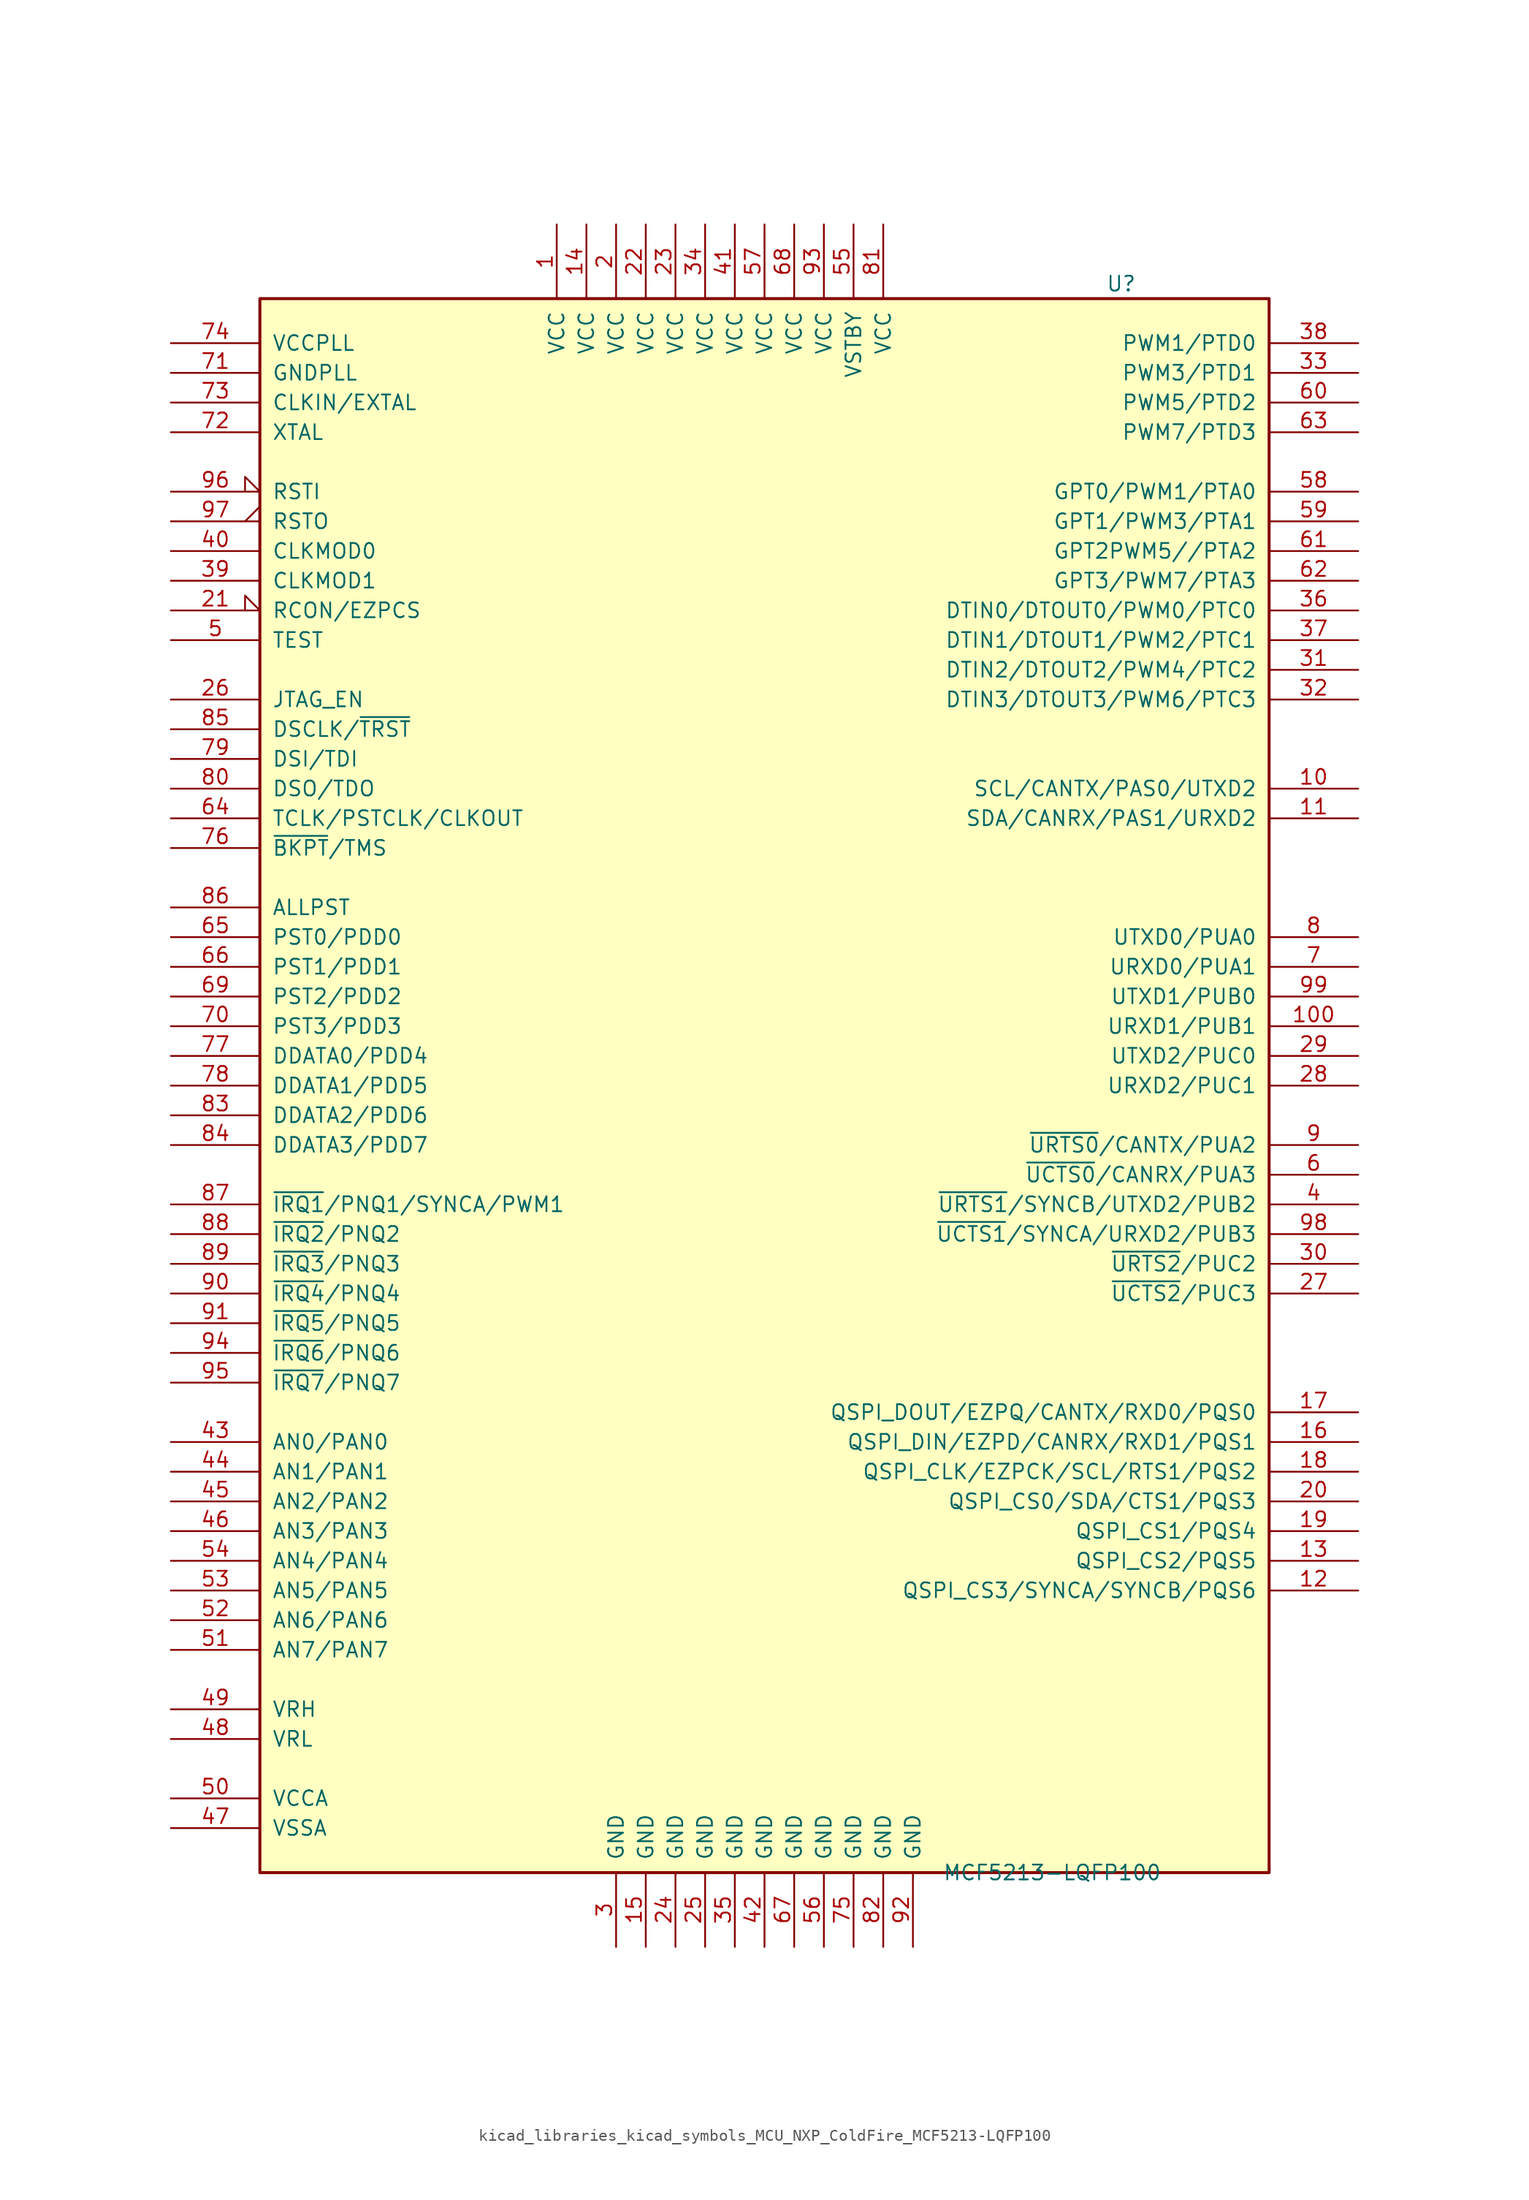
<source format=kicad_sym>
(kicad_symbol_lib
  (version 20220914)
  (generator kicad_symbol_editor)
  (symbol "kicad_libraries_kicad_symbols_MCU_NXP_ColdFire_MCF5213-LQFP100"
    (pin_names
      (offset 1.016))
    (property "Reference" "U"
      (at 29.21 68.58 0)
      (effects (font (size 1.27 1.27)) (justify left)))
    (property "Value" "MCF5213-LQFP100"
      (at 15.24 -67.31 0)
      (effects (font (size 1.27 1.27)) (justify left)))
    (symbol "kicad_libraries_kicad_symbols_MCU_NXP_ColdFire_MCF5213-LQFP100_0_1"
      (rectangle (start -43.18 67.31) (end 43.18 -67.31) (stroke (width 0.254) (type default)) (fill (type background))))
    (symbol "kicad_libraries_kicad_symbols_MCU_NXP_ColdFire_MCF5213-LQFP100_1_1"
      (pin power_in line (at -17.78 73.66 270) (length 6.35) (name "VCC" (effects (font (size 1.27 1.27)))) (number "1" (effects (font (size 1.27 1.27)))))
      (pin bidirectional line (at 50.8 25.4 180) (length 7.62) (name "SCL/CANTX/PAS0/UTXD2" (effects (font (size 1.27 1.27)))) (number "10" (effects (font (size 1.27 1.27)))))
      (pin bidirectional line (at 50.8 5.08 180) (length 7.62) (name "URXD1/PUB1" (effects (font (size 1.27 1.27)))) (number "100" (effects (font (size 1.27 1.27)))))
      (pin bidirectional line (at 50.8 22.86 180) (length 7.62) (name "SDA/CANRX/PAS1/URXD2" (effects (font (size 1.27 1.27)))) (number "11" (effects (font (size 1.27 1.27)))))
      (pin bidirectional line (at 50.8 -43.18 180) (length 7.62) (name "QSPI_CS3/SYNCA/SYNCB/PQS6" (effects (font (size 1.27 1.27)))) (number "12" (effects (font (size 1.27 1.27)))))
      (pin bidirectional line (at 50.8 -40.64 180) (length 7.62) (name "QSPI_CS2/PQS5" (effects (font (size 1.27 1.27)))) (number "13" (effects (font (size 1.27 1.27)))))
      (pin power_in line (at -15.24 73.66 270) (length 6.35) (name "VCC" (effects (font (size 1.27 1.27)))) (number "14" (effects (font (size 1.27 1.27)))))
      (pin power_in line (at -10.16 -73.66 90) (length 6.35) (name "GND" (effects (font (size 1.27 1.27)))) (number "15" (effects (font (size 1.27 1.27)))))
      (pin bidirectional line (at 50.8 -30.48 180) (length 7.62) (name "QSPI_DIN/EZPD/CANRX/RXD1/PQS1" (effects (font (size 1.27 1.27)))) (number "16" (effects (font (size 1.27 1.27)))))
      (pin bidirectional line (at 50.8 -27.94 180) (length 7.62) (name "QSPI_DOUT/EZPQ/CANTX/RXD0/PQS0" (effects (font (size 1.27 1.27)))) (number "17" (effects (font (size 1.27 1.27)))))
      (pin bidirectional line (at 50.8 -33.02 180) (length 7.62) (name "QSPI_CLK/EZPCK/SCL/RTS1/PQS2" (effects (font (size 1.27 1.27)))) (number "18" (effects (font (size 1.27 1.27)))))
      (pin bidirectional line (at 50.8 -38.1 180) (length 7.62) (name "QSPI_CS1/PQS4" (effects (font (size 1.27 1.27)))) (number "19" (effects (font (size 1.27 1.27)))))
      (pin power_in line (at -12.7 73.66 270) (length 6.35) (name "VCC" (effects (font (size 1.27 1.27)))) (number "2" (effects (font (size 1.27 1.27)))))
      (pin bidirectional line (at 50.8 -35.56 180) (length 7.62) (name "QSPI_CS0/SDA/CTS1/PQS3" (effects (font (size 1.27 1.27)))) (number "20" (effects (font (size 1.27 1.27)))))
      (pin input input_low (at -50.8 40.64 0) (length 7.62) (name "RCON/EZPCS" (effects (font (size 1.27 1.27)))) (number "21" (effects (font (size 1.27 1.27)))))
      (pin power_in line (at -10.16 73.66 270) (length 6.35) (name "VCC" (effects (font (size 1.27 1.27)))) (number "22" (effects (font (size 1.27 1.27)))))
      (pin power_in line (at -7.62 73.66 270) (length 6.35) (name "VCC" (effects (font (size 1.27 1.27)))) (number "23" (effects (font (size 1.27 1.27)))))
      (pin power_in line (at -7.62 -73.66 90) (length 6.35) (name "GND" (effects (font (size 1.27 1.27)))) (number "24" (effects (font (size 1.27 1.27)))))
      (pin power_in line (at -5.08 -73.66 90) (length 6.35) (name "GND" (effects (font (size 1.27 1.27)))) (number "25" (effects (font (size 1.27 1.27)))))
      (pin input line (at -50.8 33.02 0) (length 7.62) (name "JTAG_EN" (effects (font (size 1.27 1.27)))) (number "26" (effects (font (size 1.27 1.27)))))
      (pin bidirectional line (at 50.8 -17.78 180) (length 7.62) (name "~{UCTS2}/PUC3" (effects (font (size 1.27 1.27)))) (number "27" (effects (font (size 1.27 1.27)))))
      (pin bidirectional line (at 50.8 0 180) (length 7.62) (name "URXD2/PUC1" (effects (font (size 1.27 1.27)))) (number "28" (effects (font (size 1.27 1.27)))))
      (pin bidirectional line (at 50.8 2.54 180) (length 7.62) (name "UTXD2/PUC0" (effects (font (size 1.27 1.27)))) (number "29" (effects (font (size 1.27 1.27)))))
      (pin power_in line (at -12.7 -73.66 90) (length 6.35) (name "GND" (effects (font (size 1.27 1.27)))) (number "3" (effects (font (size 1.27 1.27)))))
      (pin bidirectional line (at 50.8 -15.24 180) (length 7.62) (name "~{URTS2}/PUC2" (effects (font (size 1.27 1.27)))) (number "30" (effects (font (size 1.27 1.27)))))
      (pin bidirectional line (at 50.8 35.56 180) (length 7.62) (name "DTIN2/DTOUT2/PWM4/PTC2" (effects (font (size 1.27 1.27)))) (number "31" (effects (font (size 1.27 1.27)))))
      (pin bidirectional line (at 50.8 33.02 180) (length 7.62) (name "DTIN3/DTOUT3/PWM6/PTC3" (effects (font (size 1.27 1.27)))) (number "32" (effects (font (size 1.27 1.27)))))
      (pin bidirectional line (at 50.8 60.96 180) (length 7.62) (name "PWM3/PTD1" (effects (font (size 1.27 1.27)))) (number "33" (effects (font (size 1.27 1.27)))))
      (pin power_in line (at -5.08 73.66 270) (length 6.35) (name "VCC" (effects (font (size 1.27 1.27)))) (number "34" (effects (font (size 1.27 1.27)))))
      (pin power_in line (at -2.54 -73.66 90) (length 6.35) (name "GND" (effects (font (size 1.27 1.27)))) (number "35" (effects (font (size 1.27 1.27)))))
      (pin bidirectional line (at 50.8 40.64 180) (length 7.62) (name "DTIN0/DTOUT0/PWM0/PTC0" (effects (font (size 1.27 1.27)))) (number "36" (effects (font (size 1.27 1.27)))))
      (pin bidirectional line (at 50.8 38.1 180) (length 7.62) (name "DTIN1/DTOUT1/PWM2/PTC1" (effects (font (size 1.27 1.27)))) (number "37" (effects (font (size 1.27 1.27)))))
      (pin bidirectional line (at 50.8 63.5 180) (length 7.62) (name "PWM1/PTD0" (effects (font (size 1.27 1.27)))) (number "38" (effects (font (size 1.27 1.27)))))
      (pin input line (at -50.8 43.18 0) (length 7.62) (name "CLKMOD1" (effects (font (size 1.27 1.27)))) (number "39" (effects (font (size 1.27 1.27)))))
      (pin bidirectional line (at 50.8 -10.16 180) (length 7.62) (name "~{URTS1}/SYNCB/UTXD2/PUB2" (effects (font (size 1.27 1.27)))) (number "4" (effects (font (size 1.27 1.27)))))
      (pin input line (at -50.8 45.72 0) (length 7.62) (name "CLKMOD0" (effects (font (size 1.27 1.27)))) (number "40" (effects (font (size 1.27 1.27)))))
      (pin power_in line (at -2.54 73.66 270) (length 6.35) (name "VCC" (effects (font (size 1.27 1.27)))) (number "41" (effects (font (size 1.27 1.27)))))
      (pin power_in line (at 0 -73.66 90) (length 6.35) (name "GND" (effects (font (size 1.27 1.27)))) (number "42" (effects (font (size 1.27 1.27)))))
      (pin bidirectional line (at -50.8 -30.48 0) (length 7.62) (name "AN0/PAN0" (effects (font (size 1.27 1.27)))) (number "43" (effects (font (size 1.27 1.27)))))
      (pin bidirectional line (at -50.8 -33.02 0) (length 7.62) (name "AN1/PAN1" (effects (font (size 1.27 1.27)))) (number "44" (effects (font (size 1.27 1.27)))))
      (pin bidirectional line (at -50.8 -35.56 0) (length 7.62) (name "AN2/PAN2" (effects (font (size 1.27 1.27)))) (number "45" (effects (font (size 1.27 1.27)))))
      (pin bidirectional line (at -50.8 -38.1 0) (length 7.62) (name "AN3/PAN3" (effects (font (size 1.27 1.27)))) (number "46" (effects (font (size 1.27 1.27)))))
      (pin input line (at -50.8 -63.5 0) (length 7.62) (name "VSSA" (effects (font (size 1.27 1.27)))) (number "47" (effects (font (size 1.27 1.27)))))
      (pin input line (at -50.8 -55.88 0) (length 7.62) (name "VRL" (effects (font (size 1.27 1.27)))) (number "48" (effects (font (size 1.27 1.27)))))
      (pin input line (at -50.8 -53.34 0) (length 7.62) (name "VRH" (effects (font (size 1.27 1.27)))) (number "49" (effects (font (size 1.27 1.27)))))
      (pin input line (at -50.8 38.1 0) (length 7.62) (name "TEST" (effects (font (size 1.27 1.27)))) (number "5" (effects (font (size 1.27 1.27)))))
      (pin input line (at -50.8 -60.96 0) (length 7.62) (name "VCCA" (effects (font (size 1.27 1.27)))) (number "50" (effects (font (size 1.27 1.27)))))
      (pin bidirectional line (at -50.8 -48.26 0) (length 7.62) (name "AN7/PAN7" (effects (font (size 1.27 1.27)))) (number "51" (effects (font (size 1.27 1.27)))))
      (pin bidirectional line (at -50.8 -45.72 0) (length 7.62) (name "AN6/PAN6" (effects (font (size 1.27 1.27)))) (number "52" (effects (font (size 1.27 1.27)))))
      (pin bidirectional line (at -50.8 -43.18 0) (length 7.62) (name "AN5/PAN5" (effects (font (size 1.27 1.27)))) (number "53" (effects (font (size 1.27 1.27)))))
      (pin bidirectional line (at -50.8 -40.64 0) (length 7.62) (name "AN4/PAN4" (effects (font (size 1.27 1.27)))) (number "54" (effects (font (size 1.27 1.27)))))
      (pin power_in line (at 7.62 73.66 270) (length 6.35) (name "VSTBY" (effects (font (size 1.27 1.27)))) (number "55" (effects (font (size 1.27 1.27)))))
      (pin power_in line (at 5.08 -73.66 90) (length 6.35) (name "GND" (effects (font (size 1.27 1.27)))) (number "56" (effects (font (size 1.27 1.27)))))
      (pin power_in line (at 0 73.66 270) (length 6.35) (name "VCC" (effects (font (size 1.27 1.27)))) (number "57" (effects (font (size 1.27 1.27)))))
      (pin bidirectional line (at 50.8 50.8 180) (length 7.62) (name "GPT0/PWM1/PTA0" (effects (font (size 1.27 1.27)))) (number "58" (effects (font (size 1.27 1.27)))))
      (pin bidirectional line (at 50.8 48.26 180) (length 7.62) (name "GPT1/PWM3/PTA1" (effects (font (size 1.27 1.27)))) (number "59" (effects (font (size 1.27 1.27)))))
      (pin bidirectional line (at 50.8 -7.62 180) (length 7.62) (name "~{UCTS0}/CANRX/PUA3" (effects (font (size 1.27 1.27)))) (number "6" (effects (font (size 1.27 1.27)))))
      (pin bidirectional line (at 50.8 58.42 180) (length 7.62) (name "PWM5/PTD2" (effects (font (size 1.27 1.27)))) (number "60" (effects (font (size 1.27 1.27)))))
      (pin bidirectional line (at 50.8 45.72 180) (length 7.62) (name "GPT2PWM5//PTA2" (effects (font (size 1.27 1.27)))) (number "61" (effects (font (size 1.27 1.27)))))
      (pin bidirectional line (at 50.8 43.18 180) (length 7.62) (name "GPT3/PWM7/PTA3" (effects (font (size 1.27 1.27)))) (number "62" (effects (font (size 1.27 1.27)))))
      (pin bidirectional line (at 50.8 55.88 180) (length 7.62) (name "PWM7/PTD3" (effects (font (size 1.27 1.27)))) (number "63" (effects (font (size 1.27 1.27)))))
      (pin input line (at -50.8 22.86 0) (length 7.62) (name "TCLK/PSTCLK/CLKOUT" (effects (font (size 1.27 1.27)))) (number "64" (effects (font (size 1.27 1.27)))))
      (pin bidirectional line (at -50.8 12.7 0) (length 7.62) (name "PST0/PDD0" (effects (font (size 1.27 1.27)))) (number "65" (effects (font (size 1.27 1.27)))))
      (pin bidirectional line (at -50.8 10.16 0) (length 7.62) (name "PST1/PDD1" (effects (font (size 1.27 1.27)))) (number "66" (effects (font (size 1.27 1.27)))))
      (pin power_in line (at 2.54 -73.66 90) (length 6.35) (name "GND" (effects (font (size 1.27 1.27)))) (number "67" (effects (font (size 1.27 1.27)))))
      (pin power_in line (at 2.54 73.66 270) (length 6.35) (name "VCC" (effects (font (size 1.27 1.27)))) (number "68" (effects (font (size 1.27 1.27)))))
      (pin bidirectional line (at -50.8 7.62 0) (length 7.62) (name "PST2/PDD2" (effects (font (size 1.27 1.27)))) (number "69" (effects (font (size 1.27 1.27)))))
      (pin bidirectional line (at 50.8 10.16 180) (length 7.62) (name "URXD0/PUA1" (effects (font (size 1.27 1.27)))) (number "7" (effects (font (size 1.27 1.27)))))
      (pin bidirectional line (at -50.8 5.08 0) (length 7.62) (name "PST3/PDD3" (effects (font (size 1.27 1.27)))) (number "70" (effects (font (size 1.27 1.27)))))
      (pin passive line (at -50.8 60.96 0) (length 7.62) (name "GNDPLL" (effects (font (size 1.27 1.27)))) (number "71" (effects (font (size 1.27 1.27)))))
      (pin output line (at -50.8 55.88 0) (length 7.62) (name "XTAL" (effects (font (size 1.27 1.27)))) (number "72" (effects (font (size 1.27 1.27)))))
      (pin input line (at -50.8 58.42 0) (length 7.62) (name "CLKIN/EXTAL" (effects (font (size 1.27 1.27)))) (number "73" (effects (font (size 1.27 1.27)))))
      (pin passive line (at -50.8 63.5 0) (length 7.62) (name "VCCPLL" (effects (font (size 1.27 1.27)))) (number "74" (effects (font (size 1.27 1.27)))))
      (pin power_in line (at 7.62 -73.66 90) (length 6.35) (name "GND" (effects (font (size 1.27 1.27)))) (number "75" (effects (font (size 1.27 1.27)))))
      (pin input line (at -50.8 20.32 0) (length 7.62) (name "~{BKPT}/TMS" (effects (font (size 1.27 1.27)))) (number "76" (effects (font (size 1.27 1.27)))))
      (pin bidirectional line (at -50.8 2.54 0) (length 7.62) (name "DDATA0/PDD4" (effects (font (size 1.27 1.27)))) (number "77" (effects (font (size 1.27 1.27)))))
      (pin bidirectional line (at -50.8 0 0) (length 7.62) (name "DDATA1/PDD5" (effects (font (size 1.27 1.27)))) (number "78" (effects (font (size 1.27 1.27)))))
      (pin input line (at -50.8 27.94 0) (length 7.62) (name "DSI/TDI" (effects (font (size 1.27 1.27)))) (number "79" (effects (font (size 1.27 1.27)))))
      (pin bidirectional line (at 50.8 12.7 180) (length 7.62) (name "UTXD0/PUA0" (effects (font (size 1.27 1.27)))) (number "8" (effects (font (size 1.27 1.27)))))
      (pin output line (at -50.8 25.4 0) (length 7.62) (name "DSO/TDO" (effects (font (size 1.27 1.27)))) (number "80" (effects (font (size 1.27 1.27)))))
      (pin power_in line (at 10.16 73.66 270) (length 6.35) (name "VCC" (effects (font (size 1.27 1.27)))) (number "81" (effects (font (size 1.27 1.27)))))
      (pin power_in line (at 10.16 -73.66 90) (length 6.35) (name "GND" (effects (font (size 1.27 1.27)))) (number "82" (effects (font (size 1.27 1.27)))))
      (pin bidirectional line (at -50.8 -2.54 0) (length 7.62) (name "DDATA2/PDD6" (effects (font (size 1.27 1.27)))) (number "83" (effects (font (size 1.27 1.27)))))
      (pin bidirectional line (at -50.8 -5.08 0) (length 7.62) (name "DDATA3/PDD7" (effects (font (size 1.27 1.27)))) (number "84" (effects (font (size 1.27 1.27)))))
      (pin input line (at -50.8 30.48 0) (length 7.62) (name "DSCLK/~{TRST}" (effects (font (size 1.27 1.27)))) (number "85" (effects (font (size 1.27 1.27)))))
      (pin output line (at -50.8 15.24 0) (length 7.62) (name "ALLPST" (effects (font (size 1.27 1.27)))) (number "86" (effects (font (size 1.27 1.27)))))
      (pin bidirectional line (at -50.8 -10.16 0) (length 7.62) (name "~{IRQ1}/PNQ1/SYNCA/PWM1" (effects (font (size 1.27 1.27)))) (number "87" (effects (font (size 1.27 1.27)))))
      (pin bidirectional line (at -50.8 -12.7 0) (length 7.62) (name "~{IRQ2}/PNQ2" (effects (font (size 1.27 1.27)))) (number "88" (effects (font (size 1.27 1.27)))))
      (pin bidirectional line (at -50.8 -15.24 0) (length 7.62) (name "~{IRQ3}/PNQ3" (effects (font (size 1.27 1.27)))) (number "89" (effects (font (size 1.27 1.27)))))
      (pin bidirectional line (at 50.8 -5.08 180) (length 7.62) (name "~{URTS0}/CANTX/PUA2" (effects (font (size 1.27 1.27)))) (number "9" (effects (font (size 1.27 1.27)))))
      (pin bidirectional line (at -50.8 -17.78 0) (length 7.62) (name "~{IRQ4}/PNQ4" (effects (font (size 1.27 1.27)))) (number "90" (effects (font (size 1.27 1.27)))))
      (pin bidirectional line (at -50.8 -20.32 0) (length 7.62) (name "~{IRQ5}/PNQ5" (effects (font (size 1.27 1.27)))) (number "91" (effects (font (size 1.27 1.27)))))
      (pin power_in line (at 12.7 -73.66 90) (length 6.35) (name "GND" (effects (font (size 1.27 1.27)))) (number "92" (effects (font (size 1.27 1.27)))))
      (pin power_in line (at 5.08 73.66 270) (length 6.35) (name "VCC" (effects (font (size 1.27 1.27)))) (number "93" (effects (font (size 1.27 1.27)))))
      (pin bidirectional line (at -50.8 -22.86 0) (length 7.62) (name "~{IRQ6}/PNQ6" (effects (font (size 1.27 1.27)))) (number "94" (effects (font (size 1.27 1.27)))))
      (pin bidirectional line (at -50.8 -25.4 0) (length 7.62) (name "~{IRQ7}/PNQ7" (effects (font (size 1.27 1.27)))) (number "95" (effects (font (size 1.27 1.27)))))
      (pin input input_low (at -50.8 50.8 0) (length 7.62) (name "RSTI" (effects (font (size 1.27 1.27)))) (number "96" (effects (font (size 1.27 1.27)))))
      (pin output output_low (at -50.8 48.26 0) (length 7.62) (name "RSTO" (effects (font (size 1.27 1.27)))) (number "97" (effects (font (size 1.27 1.27)))))
      (pin bidirectional line (at 50.8 -12.7 180) (length 7.62) (name "~{UCTS1}/SYNCA/URXD2/PUB3" (effects (font (size 1.27 1.27)))) (number "98" (effects (font (size 1.27 1.27)))))
      (pin bidirectional line (at 50.8 7.62 180) (length 7.62) (name "UTXD1/PUB0" (effects (font (size 1.27 1.27)))) (number "99" (effects (font (size 1.27 1.27))))))))
</source>
